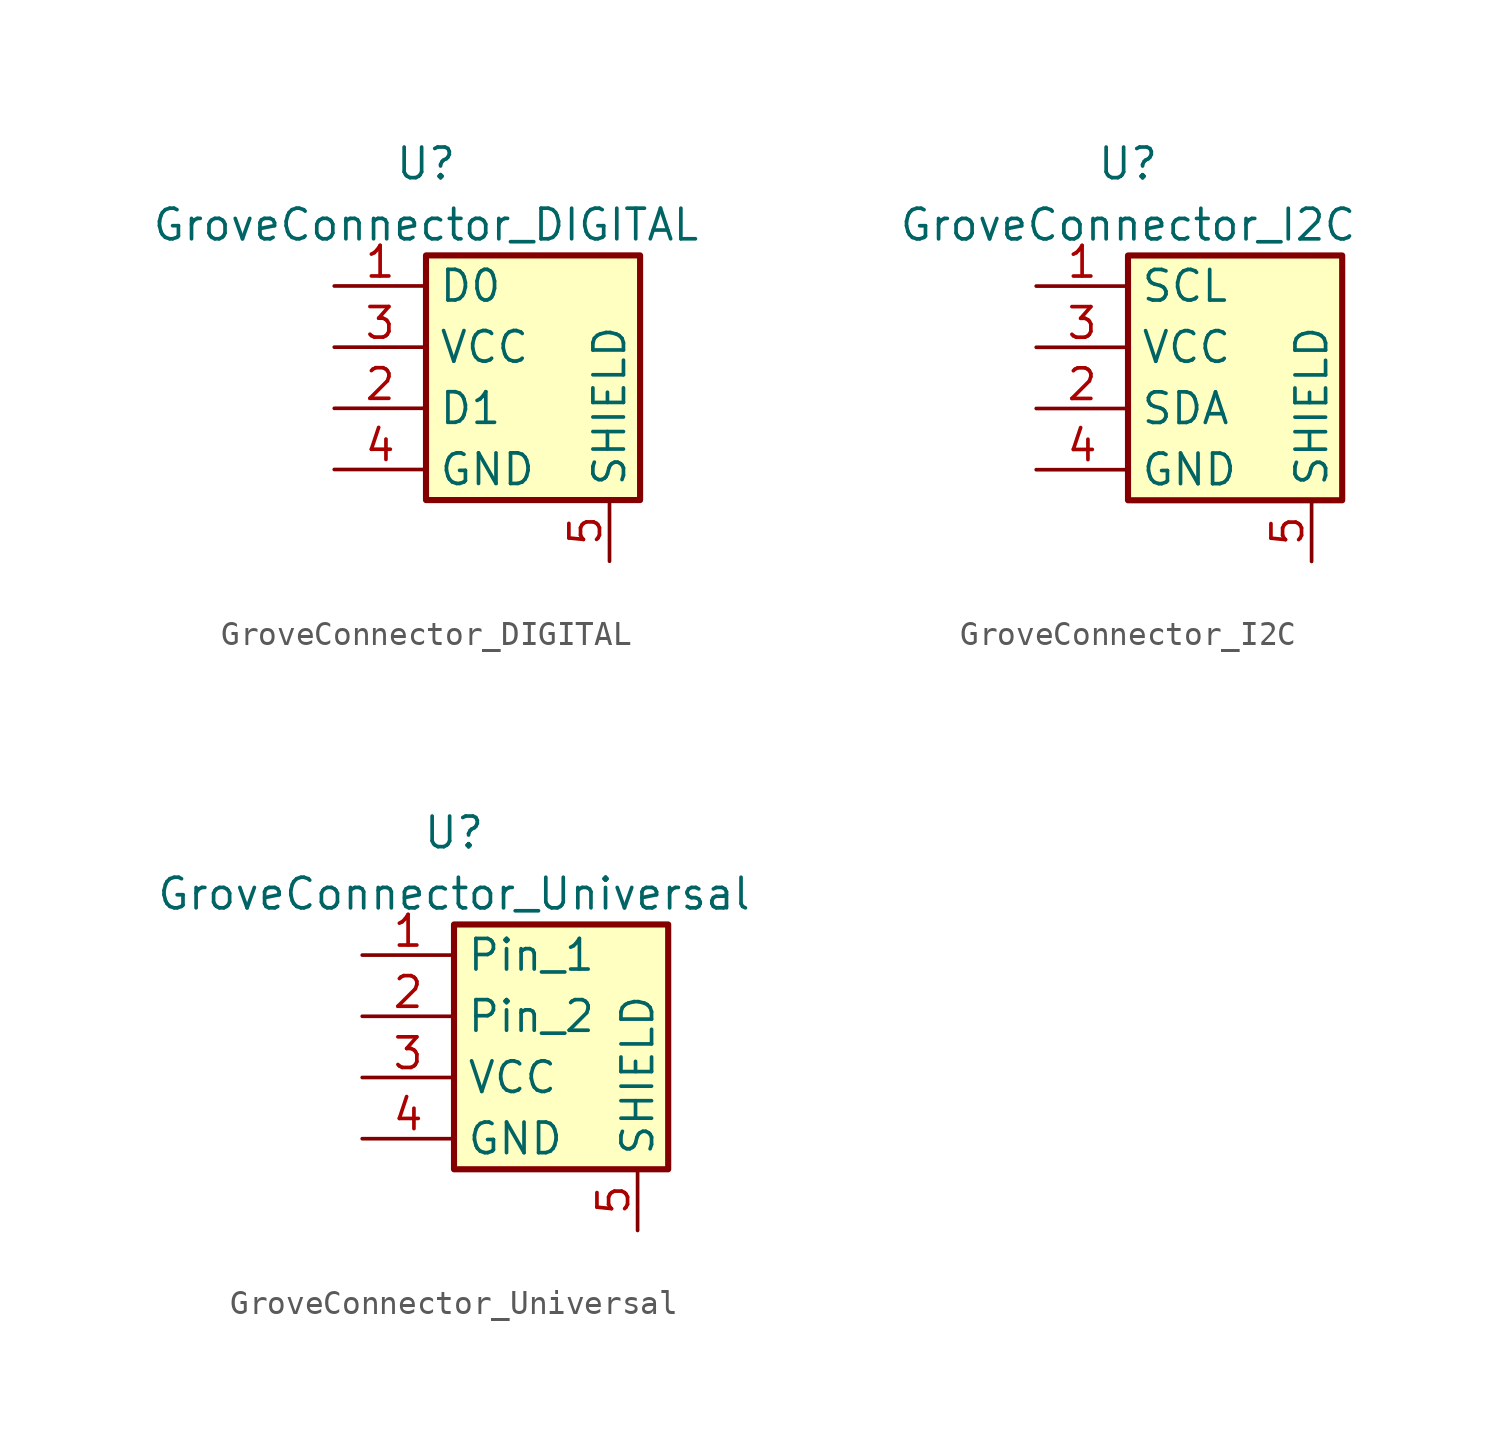
<source format=kicad_sym>
(kicad_symbol_lib
  (version 20211014)
  (generator kicad_symbol_editor)
  (symbol "GroveConnector_DIGITAL"
    (property "Reference" "U"
      (at 0 6.35 0)
      (effects (font (size 1.27 1.27))))
    (property "Value" "GroveConnector_DIGITAL"
      (at 0 3.81 0)
      (effects (font (size 1.27 1.27))))
    (symbol "GroveConnector_DIGITAL_0_0"
      (pin passive line (at 7.62 -10.16 90) (length 2.54) (name "SHIELD" (effects (font (size 1.27 1.27)))) (number "5" (effects (font (size 1.27 1.27))))))
    (symbol "GroveConnector_DIGITAL_1_1"
      (rectangle (start 0 2.54) (end 8.89 -7.62) (stroke (width 0.254) (type default) (color 0 0 0 0)) (fill (type background)))
      (pin passive line (at -3.81 1.27 0) (length 3.81) (name "D0" (effects (font (size 1.27 1.27)))) (number "1" (effects (font (size 1.27 1.27)))))
      (pin passive line (at -3.81 -3.81 0) (length 3.81) (name "D1" (effects (font (size 1.27 1.27)))) (number "2" (effects (font (size 1.27 1.27)))))
      (pin passive line (at -3.81 -1.27 0) (length 3.81) (name "VCC" (effects (font (size 1.27 1.27)))) (number "3" (effects (font (size 1.27 1.27)))))
      (pin passive line (at -3.81 -6.35 0) (length 3.81) (name "GND" (effects (font (size 1.27 1.27)))) (number "4" (effects (font (size 1.27 1.27)))))))
  (symbol "GroveConnector_I2C"
    (property "Reference" "U"
      (at 0 6.35 0)
      (effects (font (size 1.27 1.27))))
    (property "Value" "GroveConnector_I2C"
      (at 0 3.81 0)
      (effects (font (size 1.27 1.27))))
    (symbol "GroveConnector_I2C_0_0"
      (pin passive line (at 7.62 -10.16 90) (length 2.54) (name "SHIELD" (effects (font (size 1.27 1.27)))) (number "5" (effects (font (size 1.27 1.27))))))
    (symbol "GroveConnector_I2C_1_1"
      (rectangle (start 0 2.54) (end 8.89 -7.62) (stroke (width 0.254) (type default) (color 0 0 0 0)) (fill (type background)))
      (pin passive line (at -3.81 1.27 0) (length 3.81) (name "SCL" (effects (font (size 1.27 1.27)))) (number "1" (effects (font (size 1.27 1.27)))))
      (pin passive line (at -3.81 -3.81 0) (length 3.81) (name "SDA" (effects (font (size 1.27 1.27)))) (number "2" (effects (font (size 1.27 1.27)))))
      (pin passive line (at -3.81 -1.27 0) (length 3.81) (name "VCC" (effects (font (size 1.27 1.27)))) (number "3" (effects (font (size 1.27 1.27)))))
      (pin passive line (at -3.81 -6.35 0) (length 3.81) (name "GND" (effects (font (size 1.27 1.27)))) (number "4" (effects (font (size 1.27 1.27)))))))
  (symbol "GroveConnector_Universal"
    (property "Reference" "U"
      (at 0 6.35 0)
      (effects (font (size 1.27 1.27))))
    (property "Value" "GroveConnector_Universal"
      (at 0 3.81 0)
      (effects (font (size 1.27 1.27))))
    (symbol "GroveConnector_Universal_0_0"
      (pin passive line (at 7.62 -10.16 90) (length 2.54) (name "SHIELD" (effects (font (size 1.27 1.27)))) (number "5" (effects (font (size 1.27 1.27))))))
    (symbol "GroveConnector_Universal_1_1"
      (rectangle (start 0 2.54) (end 8.89 -7.62) (stroke (width 0.254) (type default) (color 0 0 0 0)) (fill (type background)))
      (pin passive line (at -3.81 1.27 0) (length 3.81) (name "Pin_1" (effects (font (size 1.27 1.27)))) (number "1" (effects (font (size 1.27 1.27)))))
      (pin passive line (at -3.81 -1.27 0) (length 3.81) (name "Pin_2" (effects (font (size 1.27 1.27)))) (number "2" (effects (font (size 1.27 1.27)))))
      (pin passive line (at -3.81 -3.81 0) (length 3.81) (name "VCC" (effects (font (size 1.27 1.27)))) (number "3" (effects (font (size 1.27 1.27)))))
      (pin passive line (at -3.81 -6.35 0) (length 3.81) (name "GND" (effects (font (size 1.27 1.27)))) (number "4" (effects (font (size 1.27 1.27))))))))
</source>
